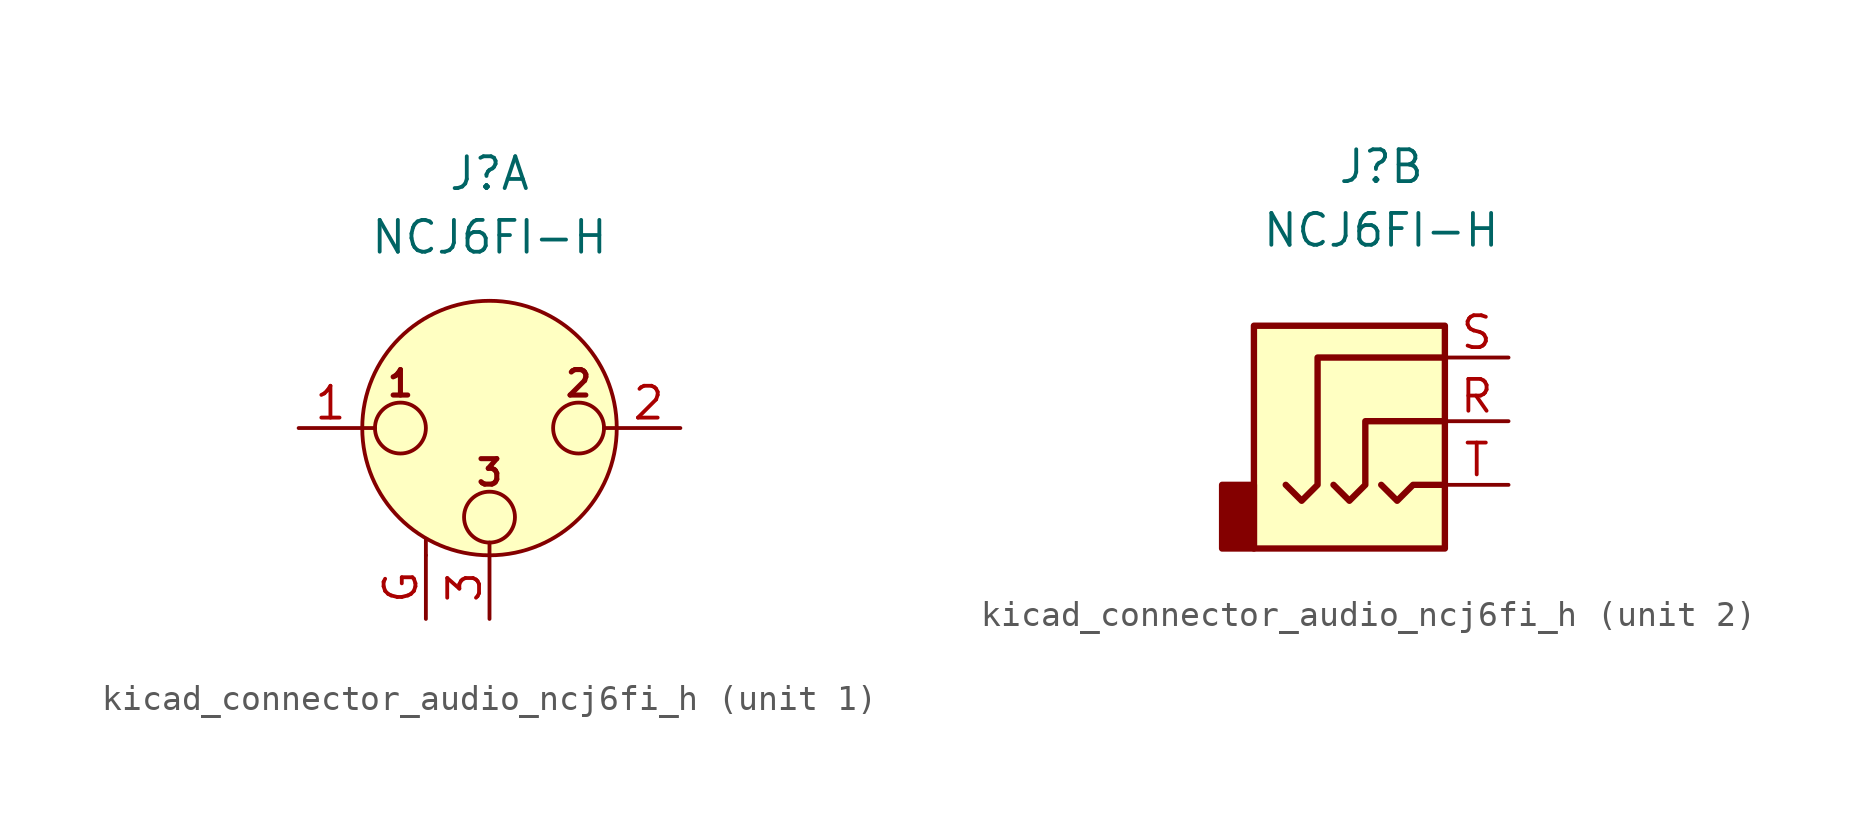
<source format=kicad_sym>
(kicad_symbol_lib
  (version 20220914)
  (generator kicad_symbol_editor)
  (symbol "kicad_connector_audio_ncj6fi_h"
    (pin_names hide)
    (property "Reference" "J"
      (at 0 10.16 0)
      (effects (font (size 1.27 1.27))))
    (property "Value" "NCJ6FI-H"
      (at 0 7.62 0)
      (effects (font (size 1.27 1.27))))
    (symbol "kicad_connector_audio_ncj6fi_h_1_1"
      (circle (center -3.556 0) (radius 1.016) (stroke (width 0) (type default)) (fill (type none)))
      (circle (center 0 -3.556) (radius 1.016) (stroke (width 0) (type default)) (fill (type none)))
      (polyline (pts (xy -5.08 0) (xy -4.572 0)) (stroke (width 0) (type default)) (fill (type none)))
      (polyline (pts (xy -2.54 -5.08) (xy -2.54 -4.445)) (stroke (width 0) (type default)) (fill (type none)))
      (polyline (pts (xy 0 -5.08) (xy 0 -4.572)) (stroke (width 0) (type default)) (fill (type none)))
      (polyline (pts (xy 5.08 0) (xy 4.572 0)) (stroke (width 0) (type default)) (fill (type none)))
      (circle (center 0 0) (radius 5.08) (stroke (width 0) (type default)) (fill (type background)))
      (circle (center 3.556 0) (radius 1.016) (stroke (width 0) (type default)) (fill (type none)))
      (text "1" (at -3.556 1.778 0) (effects (font (size 1.016 1.016) bold)))
      (text "2" (at 3.556 1.778 0) (effects (font (size 1.016 1.016) bold)))
      (text "3" (at 0 -1.778 0) (effects (font (size 1.016 1.016) bold)))
      (pin passive line (at -7.62 0 0) (length 2.54) (name "~" (effects (font (size 1.27 1.27)))) (number "1" (effects (font (size 1.27 1.27)))))
      (pin passive line (at 7.62 0 180) (length 2.54) (name "~" (effects (font (size 1.27 1.27)))) (number "2" (effects (font (size 1.27 1.27)))))
      (pin passive line (at 0 -7.62 90) (length 2.54) (name "~" (effects (font (size 1.27 1.27)))) (number "3" (effects (font (size 1.27 1.27)))))
      (pin passive line (at -2.54 -7.62 90) (length 2.54) (name "~" (effects (font (size 1.27 1.27)))) (number "G" (effects (font (size 1.27 1.27))))))
    (symbol "kicad_connector_audio_ncj6fi_h_2_1"
      (rectangle (start -5.08 -2.54) (end -6.35 -5.08) (stroke (width 0.254) (type default)) (fill (type outline)))
      (polyline (pts (xy 0 -2.54) (xy 0.635 -3.175) (xy 1.27 -2.54) (xy 2.54 -2.54)) (stroke (width 0.254) (type default)) (fill (type none)))
      (polyline (pts (xy -1.905 -2.54) (xy -1.27 -3.175) (xy -0.635 -2.54) (xy -0.635 0) (xy 2.54 0)) (stroke (width 0.254) (type default)) (fill (type none)))
      (polyline (pts (xy 2.54 2.54) (xy -2.54 2.54) (xy -2.54 -2.54) (xy -3.175 -3.175) (xy -3.81 -2.54)) (stroke (width 0.254) (type default)) (fill (type none)))
      (rectangle (start 2.54 3.81) (end -5.08 -5.08) (stroke (width 0.254) (type default)) (fill (type background)))
      (pin passive line (at 5.08 0 180) (length 2.54) (name "~" (effects (font (size 1.27 1.27)))) (number "R" (effects (font (size 1.27 1.27)))))
      (pin passive line (at 5.08 2.54 180) (length 2.54) (name "~" (effects (font (size 1.27 1.27)))) (number "S" (effects (font (size 1.27 1.27)))))
      (pin passive line (at 5.08 -2.54 180) (length 2.54) (name "~" (effects (font (size 1.27 1.27)))) (number "T" (effects (font (size 1.27 1.27))))))))
</source>
